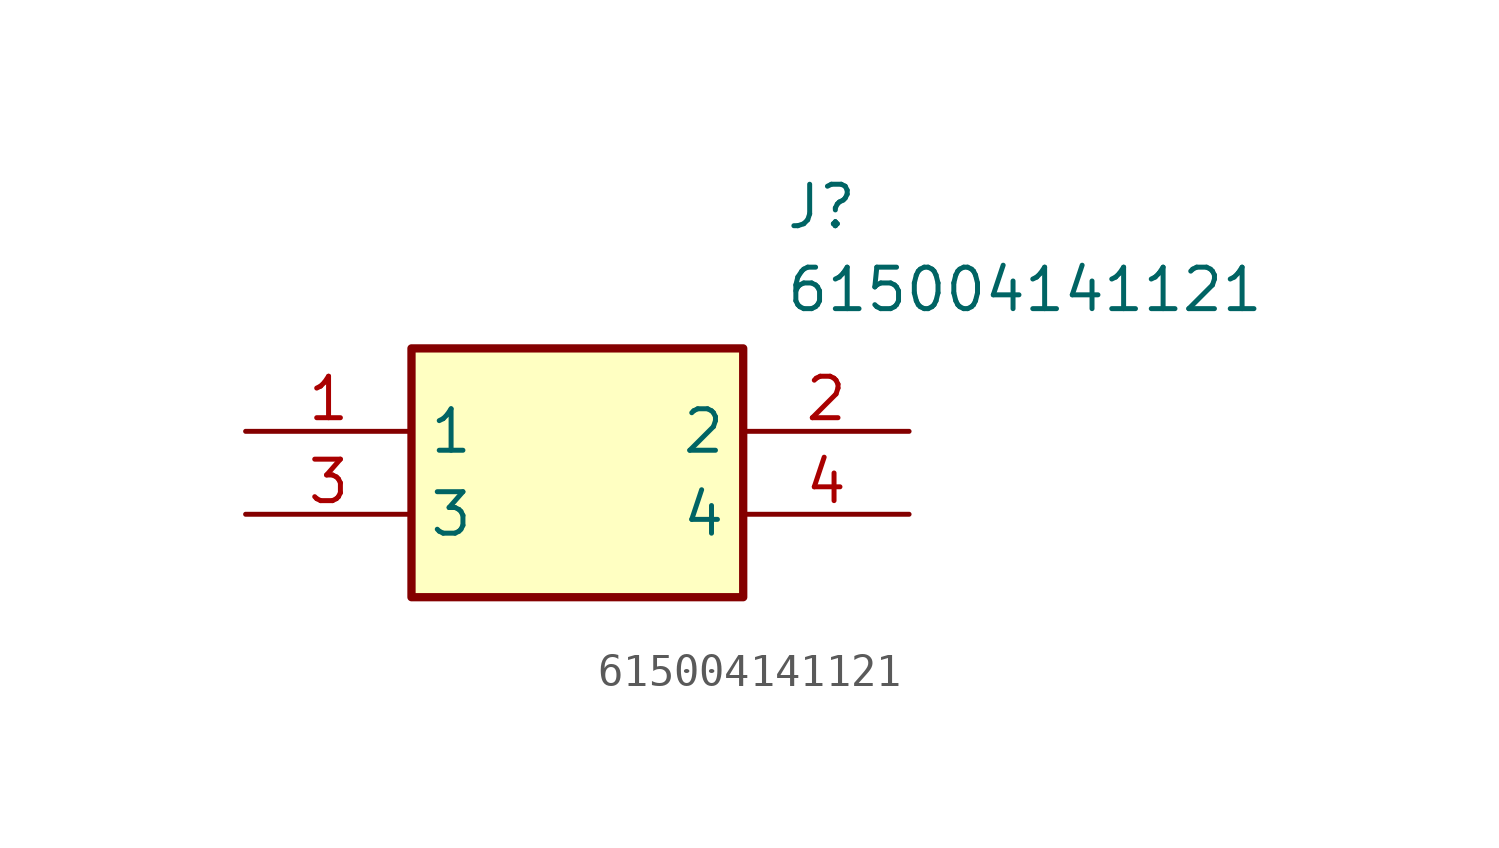
<source format=kicad_sym>
(kicad_symbol_lib
  (version 20211014)
  (generator SamacSys_ECAD_Model)
  (symbol "615004141121"
    (property "Reference" "J"
      (at 16.51 7.62 0)
      (effects (font (size 1.27 1.27)) (justify left top)))
    (property "Value" "615004141121"
      (at 16.51 5.08 0)
      (effects (font (size 1.27 1.27)) (justify left top)))
    (rectangle
      (start 5.08 2.54)
      (end 15.24 -5.08)
      (stroke (width 0.254) (type default))
      (fill (type background)))
    (pin passive line
      (at 0 0 0)
      (length 5.08)
      (name "1" (effects (font (size 1.27 1.27))))
      (number "1" (effects (font (size 1.27 1.27)))))
    (pin passive line
      (at 20.32 0 180)
      (length 5.08)
      (name "2" (effects (font (size 1.27 1.27))))
      (number "2" (effects (font (size 1.27 1.27)))))
    (pin passive line
      (at 0 -2.54 0)
      (length 5.08)
      (name "3" (effects (font (size 1.27 1.27))))
      (number "3" (effects (font (size 1.27 1.27)))))
    (pin passive line
      (at 20.32 -2.54 180)
      (length 5.08)
      (name "4" (effects (font (size 1.27 1.27))))
      (number "4" (effects (font (size 1.27 1.27)))))))
</source>
